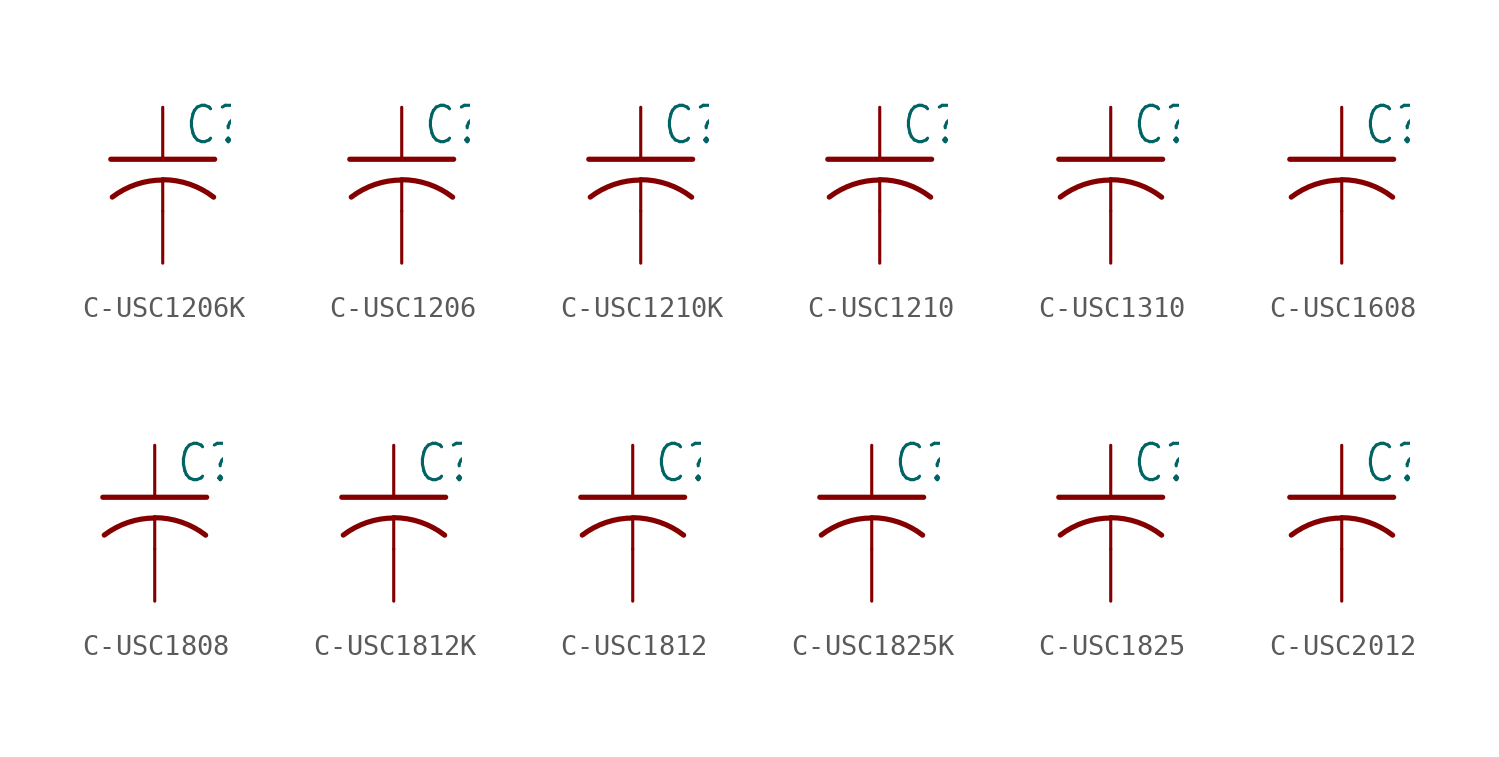
<source format=kicad_sym>
(kicad_symbol_lib
  (version 20241209)
  (generator "kicad_symbol_editor")
  (generator_version "9.0")
  (symbol "C-USC1206K"
    (property "Reference" "C"
      (at 1.016 0.635 0)
      (effects (font (size 1.778 1.511)) (justify left bottom)))
    (property "Value" ""
      (at 1.016 -4.191 0)
      (effects (font (size 1.778 1.511)) (justify left bottom)))
    (property "ki_locked" ""
      (at 0 0 0)
      (effects (font (size 1.27 1.27))))
    (symbol "C-USC1206K_1_0"
      (polyline (pts (xy -2.54 0) (xy 2.54 0)) (stroke (width 0.254) (type solid)) (fill (type none)))
      (arc (start 0 -1) (mid 1.3158 -1.2195) (end 2.4892 -1.8541) (stroke (width 0.254) (type solid)) (fill (type none)))
      (arc (start -2.4668 -1.8504) (mid -1.302 -1.2303) (end 0 -1.0161) (stroke (width 0.254) (type solid)) (fill (type none)))
      (polyline (pts (xy 0 -1.016) (xy 0 -2.54)) (stroke (width 0.152) (type solid)) (fill (type none)))
      (pin passive line (at 0 2.54 270) (length 2.54) (name "1" (effects (font (size 0 0)))) (number "1" (effects (font (size 0 0)))))
      (pin passive line (at 0 -5.08 90) (length 2.54) (name "2" (effects (font (size 0 0)))) (number "2" (effects (font (size 0 0)))))))
  (symbol "C-USC1206"
    (property "Reference" "C"
      (at 1.016 0.635 0)
      (effects (font (size 1.778 1.511)) (justify left bottom)))
    (property "Value" ""
      (at 1.016 -4.191 0)
      (effects (font (size 1.778 1.511)) (justify left bottom)))
    (property "ki_locked" ""
      (at 0 0 0)
      (effects (font (size 1.27 1.27))))
    (symbol "C-USC1206_1_0"
      (polyline (pts (xy -2.54 0) (xy 2.54 0)) (stroke (width 0.254) (type solid)) (fill (type none)))
      (arc (start 0 -1) (mid 1.3158 -1.2195) (end 2.4892 -1.8541) (stroke (width 0.254) (type solid)) (fill (type none)))
      (arc (start -2.4668 -1.8504) (mid -1.302 -1.2303) (end 0 -1.0161) (stroke (width 0.254) (type solid)) (fill (type none)))
      (polyline (pts (xy 0 -1.016) (xy 0 -2.54)) (stroke (width 0.152) (type solid)) (fill (type none)))
      (pin passive line (at 0 2.54 270) (length 2.54) (name "1" (effects (font (size 0 0)))) (number "1" (effects (font (size 0 0)))))
      (pin passive line (at 0 -5.08 90) (length 2.54) (name "2" (effects (font (size 0 0)))) (number "2" (effects (font (size 0 0)))))))
  (symbol "C-USC1210K"
    (property "Reference" "C"
      (at 1.016 0.635 0)
      (effects (font (size 1.778 1.511)) (justify left bottom)))
    (property "Value" ""
      (at 1.016 -4.191 0)
      (effects (font (size 1.778 1.511)) (justify left bottom)))
    (property "ki_locked" ""
      (at 0 0 0)
      (effects (font (size 1.27 1.27))))
    (symbol "C-USC1210K_1_0"
      (polyline (pts (xy -2.54 0) (xy 2.54 0)) (stroke (width 0.254) (type solid)) (fill (type none)))
      (arc (start 0 -1) (mid 1.3158 -1.2195) (end 2.4892 -1.8541) (stroke (width 0.254) (type solid)) (fill (type none)))
      (arc (start -2.4668 -1.8504) (mid -1.302 -1.2303) (end 0 -1.0161) (stroke (width 0.254) (type solid)) (fill (type none)))
      (polyline (pts (xy 0 -1.016) (xy 0 -2.54)) (stroke (width 0.152) (type solid)) (fill (type none)))
      (pin passive line (at 0 2.54 270) (length 2.54) (name "1" (effects (font (size 0 0)))) (number "1" (effects (font (size 0 0)))))
      (pin passive line (at 0 -5.08 90) (length 2.54) (name "2" (effects (font (size 0 0)))) (number "2" (effects (font (size 0 0)))))))
  (symbol "C-USC1210"
    (property "Reference" "C"
      (at 1.016 0.635 0)
      (effects (font (size 1.778 1.511)) (justify left bottom)))
    (property "Value" ""
      (at 1.016 -4.191 0)
      (effects (font (size 1.778 1.511)) (justify left bottom)))
    (property "ki_locked" ""
      (at 0 0 0)
      (effects (font (size 1.27 1.27))))
    (symbol "C-USC1210_1_0"
      (polyline (pts (xy -2.54 0) (xy 2.54 0)) (stroke (width 0.254) (type solid)) (fill (type none)))
      (arc (start 0 -1) (mid 1.3158 -1.2195) (end 2.4892 -1.8541) (stroke (width 0.254) (type solid)) (fill (type none)))
      (arc (start -2.4668 -1.8504) (mid -1.302 -1.2303) (end 0 -1.0161) (stroke (width 0.254) (type solid)) (fill (type none)))
      (polyline (pts (xy 0 -1.016) (xy 0 -2.54)) (stroke (width 0.152) (type solid)) (fill (type none)))
      (pin passive line (at 0 2.54 270) (length 2.54) (name "1" (effects (font (size 0 0)))) (number "1" (effects (font (size 0 0)))))
      (pin passive line (at 0 -5.08 90) (length 2.54) (name "2" (effects (font (size 0 0)))) (number "2" (effects (font (size 0 0)))))))
  (symbol "C-USC1310"
    (property "Reference" "C"
      (at 1.016 0.635 0)
      (effects (font (size 1.778 1.511)) (justify left bottom)))
    (property "Value" ""
      (at 1.016 -4.191 0)
      (effects (font (size 1.778 1.511)) (justify left bottom)))
    (property "ki_locked" ""
      (at 0 0 0)
      (effects (font (size 1.27 1.27))))
    (symbol "C-USC1310_1_0"
      (polyline (pts (xy -2.54 0) (xy 2.54 0)) (stroke (width 0.254) (type solid)) (fill (type none)))
      (arc (start 0 -1) (mid 1.3158 -1.2195) (end 2.4892 -1.8541) (stroke (width 0.254) (type solid)) (fill (type none)))
      (arc (start -2.4668 -1.8504) (mid -1.302 -1.2303) (end 0 -1.0161) (stroke (width 0.254) (type solid)) (fill (type none)))
      (polyline (pts (xy 0 -1.016) (xy 0 -2.54)) (stroke (width 0.152) (type solid)) (fill (type none)))
      (pin passive line (at 0 2.54 270) (length 2.54) (name "1" (effects (font (size 0 0)))) (number "1" (effects (font (size 0 0)))))
      (pin passive line (at 0 -5.08 90) (length 2.54) (name "2" (effects (font (size 0 0)))) (number "2" (effects (font (size 0 0)))))))
  (symbol "C-USC1608"
    (property "Reference" "C"
      (at 1.016 0.635 0)
      (effects (font (size 1.778 1.511)) (justify left bottom)))
    (property "Value" ""
      (at 1.016 -4.191 0)
      (effects (font (size 1.778 1.511)) (justify left bottom)))
    (property "ki_locked" ""
      (at 0 0 0)
      (effects (font (size 1.27 1.27))))
    (symbol "C-USC1608_1_0"
      (polyline (pts (xy -2.54 0) (xy 2.54 0)) (stroke (width 0.254) (type solid)) (fill (type none)))
      (arc (start 0 -1) (mid 1.3158 -1.2195) (end 2.4892 -1.8541) (stroke (width 0.254) (type solid)) (fill (type none)))
      (arc (start -2.4668 -1.8504) (mid -1.302 -1.2303) (end 0 -1.0161) (stroke (width 0.254) (type solid)) (fill (type none)))
      (polyline (pts (xy 0 -1.016) (xy 0 -2.54)) (stroke (width 0.152) (type solid)) (fill (type none)))
      (pin passive line (at 0 2.54 270) (length 2.54) (name "1" (effects (font (size 0 0)))) (number "1" (effects (font (size 0 0)))))
      (pin passive line (at 0 -5.08 90) (length 2.54) (name "2" (effects (font (size 0 0)))) (number "2" (effects (font (size 0 0)))))))
  (symbol "C-USC1808"
    (property "Reference" "C"
      (at 1.016 0.635 0)
      (effects (font (size 1.778 1.511)) (justify left bottom)))
    (property "Value" ""
      (at 1.016 -4.191 0)
      (effects (font (size 1.778 1.511)) (justify left bottom)))
    (property "ki_locked" ""
      (at 0 0 0)
      (effects (font (size 1.27 1.27))))
    (symbol "C-USC1808_1_0"
      (polyline (pts (xy -2.54 0) (xy 2.54 0)) (stroke (width 0.254) (type solid)) (fill (type none)))
      (arc (start 0 -1) (mid 1.3158 -1.2195) (end 2.4892 -1.8541) (stroke (width 0.254) (type solid)) (fill (type none)))
      (arc (start -2.4668 -1.8504) (mid -1.302 -1.2303) (end 0 -1.0161) (stroke (width 0.254) (type solid)) (fill (type none)))
      (polyline (pts (xy 0 -1.016) (xy 0 -2.54)) (stroke (width 0.152) (type solid)) (fill (type none)))
      (pin passive line (at 0 2.54 270) (length 2.54) (name "1" (effects (font (size 0 0)))) (number "1" (effects (font (size 0 0)))))
      (pin passive line (at 0 -5.08 90) (length 2.54) (name "2" (effects (font (size 0 0)))) (number "2" (effects (font (size 0 0)))))))
  (symbol "C-USC1812K"
    (property "Reference" "C"
      (at 1.016 0.635 0)
      (effects (font (size 1.778 1.511)) (justify left bottom)))
    (property "Value" ""
      (at 1.016 -4.191 0)
      (effects (font (size 1.778 1.511)) (justify left bottom)))
    (property "ki_locked" ""
      (at 0 0 0)
      (effects (font (size 1.27 1.27))))
    (symbol "C-USC1812K_1_0"
      (polyline (pts (xy -2.54 0) (xy 2.54 0)) (stroke (width 0.254) (type solid)) (fill (type none)))
      (arc (start 0 -1) (mid 1.3158 -1.2195) (end 2.4892 -1.8541) (stroke (width 0.254) (type solid)) (fill (type none)))
      (arc (start -2.4668 -1.8504) (mid -1.302 -1.2303) (end 0 -1.0161) (stroke (width 0.254) (type solid)) (fill (type none)))
      (polyline (pts (xy 0 -1.016) (xy 0 -2.54)) (stroke (width 0.152) (type solid)) (fill (type none)))
      (pin passive line (at 0 2.54 270) (length 2.54) (name "1" (effects (font (size 0 0)))) (number "1" (effects (font (size 0 0)))))
      (pin passive line (at 0 -5.08 90) (length 2.54) (name "2" (effects (font (size 0 0)))) (number "2" (effects (font (size 0 0)))))))
  (symbol "C-USC1812"
    (property "Reference" "C"
      (at 1.016 0.635 0)
      (effects (font (size 1.778 1.511)) (justify left bottom)))
    (property "Value" ""
      (at 1.016 -4.191 0)
      (effects (font (size 1.778 1.511)) (justify left bottom)))
    (property "ki_locked" ""
      (at 0 0 0)
      (effects (font (size 1.27 1.27))))
    (symbol "C-USC1812_1_0"
      (polyline (pts (xy -2.54 0) (xy 2.54 0)) (stroke (width 0.254) (type solid)) (fill (type none)))
      (arc (start 0 -1) (mid 1.3158 -1.2195) (end 2.4892 -1.8541) (stroke (width 0.254) (type solid)) (fill (type none)))
      (arc (start -2.4668 -1.8504) (mid -1.302 -1.2303) (end 0 -1.0161) (stroke (width 0.254) (type solid)) (fill (type none)))
      (polyline (pts (xy 0 -1.016) (xy 0 -2.54)) (stroke (width 0.152) (type solid)) (fill (type none)))
      (pin passive line (at 0 2.54 270) (length 2.54) (name "1" (effects (font (size 0 0)))) (number "1" (effects (font (size 0 0)))))
      (pin passive line (at 0 -5.08 90) (length 2.54) (name "2" (effects (font (size 0 0)))) (number "2" (effects (font (size 0 0)))))))
  (symbol "C-USC1825K"
    (property "Reference" "C"
      (at 1.016 0.635 0)
      (effects (font (size 1.778 1.511)) (justify left bottom)))
    (property "Value" ""
      (at 1.016 -4.191 0)
      (effects (font (size 1.778 1.511)) (justify left bottom)))
    (property "ki_locked" ""
      (at 0 0 0)
      (effects (font (size 1.27 1.27))))
    (symbol "C-USC1825K_1_0"
      (polyline (pts (xy -2.54 0) (xy 2.54 0)) (stroke (width 0.254) (type solid)) (fill (type none)))
      (arc (start 0 -1) (mid 1.3158 -1.2195) (end 2.4892 -1.8541) (stroke (width 0.254) (type solid)) (fill (type none)))
      (arc (start -2.4668 -1.8504) (mid -1.302 -1.2303) (end 0 -1.0161) (stroke (width 0.254) (type solid)) (fill (type none)))
      (polyline (pts (xy 0 -1.016) (xy 0 -2.54)) (stroke (width 0.152) (type solid)) (fill (type none)))
      (pin passive line (at 0 2.54 270) (length 2.54) (name "1" (effects (font (size 0 0)))) (number "1" (effects (font (size 0 0)))))
      (pin passive line (at 0 -5.08 90) (length 2.54) (name "2" (effects (font (size 0 0)))) (number "2" (effects (font (size 0 0)))))))
  (symbol "C-USC1825"
    (property "Reference" "C"
      (at 1.016 0.635 0)
      (effects (font (size 1.778 1.511)) (justify left bottom)))
    (property "Value" ""
      (at 1.016 -4.191 0)
      (effects (font (size 1.778 1.511)) (justify left bottom)))
    (property "ki_locked" ""
      (at 0 0 0)
      (effects (font (size 1.27 1.27))))
    (symbol "C-USC1825_1_0"
      (polyline (pts (xy -2.54 0) (xy 2.54 0)) (stroke (width 0.254) (type solid)) (fill (type none)))
      (arc (start 0 -1) (mid 1.3158 -1.2195) (end 2.4892 -1.8541) (stroke (width 0.254) (type solid)) (fill (type none)))
      (arc (start -2.4668 -1.8504) (mid -1.302 -1.2303) (end 0 -1.0161) (stroke (width 0.254) (type solid)) (fill (type none)))
      (polyline (pts (xy 0 -1.016) (xy 0 -2.54)) (stroke (width 0.152) (type solid)) (fill (type none)))
      (pin passive line (at 0 2.54 270) (length 2.54) (name "1" (effects (font (size 0 0)))) (number "1" (effects (font (size 0 0)))))
      (pin passive line (at 0 -5.08 90) (length 2.54) (name "2" (effects (font (size 0 0)))) (number "2" (effects (font (size 0 0)))))))
  (symbol "C-USC2012"
    (property "Reference" "C"
      (at 1.016 0.635 0)
      (effects (font (size 1.778 1.511)) (justify left bottom)))
    (property "Value" ""
      (at 1.016 -4.191 0)
      (effects (font (size 1.778 1.511)) (justify left bottom)))
    (property "ki_locked" ""
      (at 0 0 0)
      (effects (font (size 1.27 1.27))))
    (symbol "C-USC2012_1_0"
      (polyline (pts (xy -2.54 0) (xy 2.54 0)) (stroke (width 0.254) (type solid)) (fill (type none)))
      (arc (start 0 -1) (mid 1.3158 -1.2195) (end 2.4892 -1.8541) (stroke (width 0.254) (type solid)) (fill (type none)))
      (arc (start -2.4668 -1.8504) (mid -1.302 -1.2303) (end 0 -1.0161) (stroke (width 0.254) (type solid)) (fill (type none)))
      (polyline (pts (xy 0 -1.016) (xy 0 -2.54)) (stroke (width 0.152) (type solid)) (fill (type none)))
      (pin passive line (at 0 2.54 270) (length 2.54) (name "1" (effects (font (size 0 0)))) (number "1" (effects (font (size 0 0)))))
      (pin passive line (at 0 -5.08 90) (length 2.54) (name "2" (effects (font (size 0 0)))) (number "2" (effects (font (size 0 0))))))))
</source>
